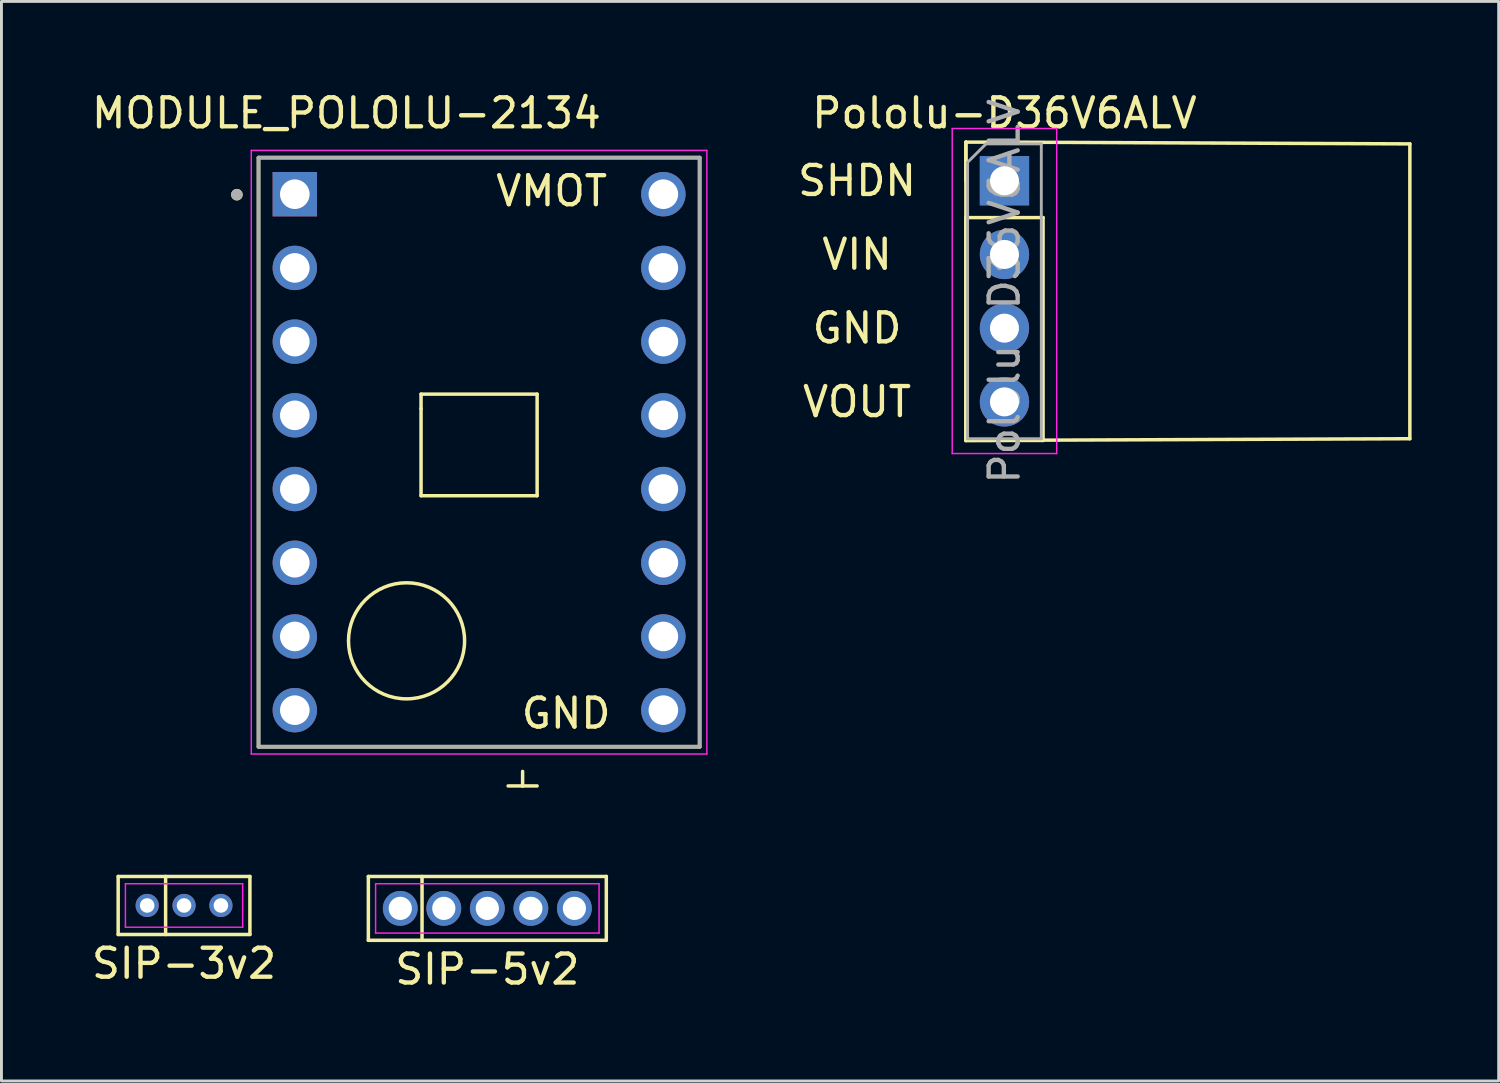
<source format=kicad_pcb>
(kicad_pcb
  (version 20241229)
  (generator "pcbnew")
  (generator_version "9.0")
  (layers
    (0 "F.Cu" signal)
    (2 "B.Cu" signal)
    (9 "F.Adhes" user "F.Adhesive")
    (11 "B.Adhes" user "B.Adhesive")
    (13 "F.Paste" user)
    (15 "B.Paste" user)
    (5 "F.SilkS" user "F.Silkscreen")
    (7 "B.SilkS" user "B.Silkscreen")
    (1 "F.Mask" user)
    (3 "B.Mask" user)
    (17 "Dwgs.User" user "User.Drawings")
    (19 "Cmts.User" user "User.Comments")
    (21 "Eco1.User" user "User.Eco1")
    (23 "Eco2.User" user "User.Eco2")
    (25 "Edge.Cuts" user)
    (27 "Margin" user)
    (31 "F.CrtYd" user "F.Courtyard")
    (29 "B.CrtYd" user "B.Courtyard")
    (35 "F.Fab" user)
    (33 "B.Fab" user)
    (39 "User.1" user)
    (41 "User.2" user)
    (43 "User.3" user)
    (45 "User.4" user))
  (footprint "MODULE_POLOLU-2134"
    (layer "F.Cu")
    (at 13.459 12.532)
    (property "Reference" "MODULE_POLOLU-2134" (at -4.572 -11.684 180) (layer "F.SilkS") (effects (font (size 1 1) (thickness 0.15))))
    (attr through_hole)
    (fp_line (start -7.6 -10.15) (end 7.6 -10.15) (stroke (width 0.127) (type solid)) (layer "F.SilkS"))
    (fp_line (start -7.6 10.15) (end -7.6 -10.15) (stroke (width 0.127) (type solid)) (layer "F.SilkS"))
    (fp_line (start -2 -2) (end 2 -2) (stroke (width 0.12) (type solid)) (layer "F.SilkS"))
    (fp_line (start -2 -1.5) (end -2 -2) (stroke (width 0.12) (type solid)) (layer "F.SilkS"))
    (fp_line (start -2 1.5) (end -2 -1.5) (stroke (width 0.12) (type solid)) (layer "F.SilkS"))
    (fp_line (start 1 11.5) (end 1.5 11.5) (stroke (width 0.12) (type solid)) (layer "F.SilkS"))
    (fp_line (start 1.5 11) (end 1.5 11.5) (stroke (width 0.12) (type solid)) (layer "F.SilkS"))
    (fp_line (start 1.5 11.5) (end 2 11.5) (stroke (width 0.12) (type solid)) (layer "F.SilkS"))
    (fp_line (start 2 -2) (end 2 1.5) (stroke (width 0.12) (type solid)) (layer "F.SilkS"))
    (fp_line (start 2 1.5) (end -2 1.5) (stroke (width 0.12) (type solid)) (layer "F.SilkS"))
    (fp_line (start 7.6 -10.15) (end 7.6 10.15) (stroke (width 0.127) (type solid)) (layer "F.SilkS"))
    (fp_line (start 7.6 10.15) (end -7.6 10.15) (stroke (width 0.127) (type solid)) (layer "F.SilkS"))
    (fp_circle (center -8.346 -8.873) (end -8.246 -8.873) (stroke (width 0.2) (type solid)) (fill no) (layer "F.SilkS"))
    (fp_circle (center -2.5 6.5) (end -0.5 6.5) (stroke (width 0.12) (type solid)) (fill no) (layer "F.SilkS"))
    (fp_line (start -7.85 -10.4) (end 7.85 -10.4) (stroke (width 0.05) (type solid)) (layer "F.CrtYd"))
    (fp_line (start -7.85 10.4) (end -7.85 -10.4) (stroke (width 0.05) (type solid)) (layer "F.CrtYd"))
    (fp_line (start 7.85 -10.4) (end 7.85 10.4) (stroke (width 0.05) (type solid)) (layer "F.CrtYd"))
    (fp_line (start 7.85 10.4) (end -7.85 10.4) (stroke (width 0.05) (type solid)) (layer "F.CrtYd"))
    (fp_line (start -7.6 -10.15) (end 7.6 -10.15) (stroke (width 0.127) (type solid)) (layer "F.Fab"))
    (fp_line (start -7.6 10.15) (end -7.6 -10.15) (stroke (width 0.127) (type solid)) (layer "F.Fab"))
    (fp_line (start 7.6 -10.15) (end 7.6 10.15) (stroke (width 0.127) (type solid)) (layer "F.Fab"))
    (fp_line (start 7.6 10.15) (end -7.6 10.15) (stroke (width 0.127) (type solid)) (layer "F.Fab"))
    (fp_circle (center -8.346 -8.873) (end -8.246 -8.873) (stroke (width 0.2) (type solid)) (fill no) (layer "F.Fab"))
    (fp_text user "VMOT" (at 2.5 -9 180) (layer "F.SilkS") (effects (font (size 1 1) (thickness 0.15))))
    (fp_text user "GND" (at 3 9 180) (layer "F.SilkS") (effects (font (size 1 1) (thickness 0.15))))
    (pad "1" thru_hole rect (at -6.35 -8.89) (size 1.53 1.53) (drill 1.02) (layers "*.Cu" "*.Mask"))
    (pad "2" thru_hole circle (at -6.35 -6.35) (size 1.53 1.53) (drill 1.02) (layers "*.Cu" "*.Mask"))
    (pad "3" thru_hole circle (at -6.35 -3.81) (size 1.53 1.53) (drill 1.02) (layers "*.Cu" "*.Mask"))
    (pad "4" thru_hole circle (at -6.35 -1.27) (size 1.53 1.53) (drill 1.02) (layers "*.Cu" "*.Mask"))
    (pad "5" thru_hole circle (at -6.35 1.27) (size 1.53 1.53) (drill 1.02) (layers "*.Cu" "*.Mask"))
    (pad "6" thru_hole circle (at -6.35 3.81) (size 1.53 1.53) (drill 1.02) (layers "*.Cu" "*.Mask"))
    (pad "7" thru_hole circle (at -6.35 6.35) (size 1.53 1.53) (drill 1.02) (layers "*.Cu" "*.Mask"))
    (pad "8" thru_hole circle (at -6.35 8.89) (size 1.53 1.53) (drill 1.02) (layers "*.Cu" "*.Mask"))
    (pad "9" thru_hole circle (at 6.35 8.89) (size 1.53 1.53) (drill 1.02) (layers "*.Cu" "*.Mask"))
    (pad "10" thru_hole circle (at 6.35 6.35) (size 1.53 1.53) (drill 1.02) (layers "*.Cu" "*.Mask"))
    (pad "11" thru_hole circle (at 6.35 3.81) (size 1.53 1.53) (drill 1.02) (layers "*.Cu" "*.Mask"))
    (pad "12" thru_hole circle (at 6.35 1.27) (size 1.53 1.53) (drill 1.02) (layers "*.Cu" "*.Mask"))
    (pad "13" thru_hole circle (at 6.35 -1.27) (size 1.53 1.53) (drill 1.02) (layers "*.Cu" "*.Mask"))
    (pad "14" thru_hole circle (at 6.35 -3.81) (size 1.53 1.53) (drill 1.02) (layers "*.Cu" "*.Mask"))
    (pad "15" thru_hole circle (at 6.35 -6.35) (size 1.53 1.53) (drill 1.02) (layers "*.Cu" "*.Mask"))
    (pad "16" thru_hole circle (at 6.35 -8.89) (size 1.53 1.53) (drill 1.02) (layers "*.Cu" "*.Mask")))
  (footprint "Pololu-D36V6ALV"
    (layer "F.Cu")
    (at 31.563 3.178)
    (property "Reference" "Pololu-D36V6ALV" (at 0 -2.33 0) (layer "F.SilkS") (effects (font (size 1 1) (thickness 0.15))))
    (attr through_hole)
    (fp_line (start -1.33 -1.33) (end -1.33 8.95) (stroke (width 0.12) (type solid)) (layer "F.SilkS"))
    (fp_line (start -1.33 -1.33) (end 0 -1.33) (stroke (width 0.12) (type solid)) (layer "F.SilkS"))
    (fp_line (start -1.33 0) (end -1.33 -1.33) (stroke (width 0.12) (type solid)) (layer "F.SilkS"))
    (fp_line (start -1.33 1.27) (end -1.33 8.95) (stroke (width 0.12) (type solid)) (layer "F.SilkS"))
    (fp_line (start -1.33 1.27) (end 1.33 1.27) (stroke (width 0.12) (type solid)) (layer "F.SilkS"))
    (fp_line (start -1.33 8.95) (end 1.33 8.95) (stroke (width 0.12) (type solid)) (layer "F.SilkS"))
    (fp_line (start -1.33 8.95) (end 13.97 8.89) (stroke (width 0.12) (type solid)) (layer "F.SilkS"))
    (fp_line (start 1.33 1.27) (end 1.33 8.95) (stroke (width 0.12) (type solid)) (layer "F.SilkS"))
    (fp_line (start 13.97 -1.27) (end 0 -1.33) (stroke (width 0.12) (type solid)) (layer "F.SilkS"))
    (fp_line (start 13.97 8.89) (end 13.97 -1.27) (stroke (width 0.12) (type solid)) (layer "F.SilkS"))
    (fp_line (start -1.8 -1.8) (end -1.8 9.4) (stroke (width 0.05) (type solid)) (layer "F.CrtYd"))
    (fp_line (start -1.8 9.4) (end 1.8 9.4) (stroke (width 0.05) (type solid)) (layer "F.CrtYd"))
    (fp_line (start 1.8 -1.8) (end -1.8 -1.8) (stroke (width 0.05) (type solid)) (layer "F.CrtYd"))
    (fp_line (start 1.8 9.4) (end 1.8 -1.8) (stroke (width 0.05) (type solid)) (layer "F.CrtYd"))
    (fp_line (start -1.27 -0.635) (end -0.635 -1.27) (stroke (width 0.1) (type solid)) (layer "F.Fab"))
    (fp_line (start -1.27 8.89) (end -1.27 -0.635) (stroke (width 0.1) (type solid)) (layer "F.Fab"))
    (fp_line (start -0.635 -1.27) (end 1.27 -1.27) (stroke (width 0.1) (type solid)) (layer "F.Fab"))
    (fp_line (start 1.27 -1.27) (end 1.27 8.89) (stroke (width 0.1) (type solid)) (layer "F.Fab"))
    (fp_line (start 1.27 8.89) (end -1.27 8.89) (stroke (width 0.1) (type solid)) (layer "F.Fab"))
    (fp_text user "GND" (at -5.08 5.08 0) (layer "F.SilkS") (effects (font (size 1 1) (thickness 0.15))))
    (fp_text user "VIN" (at -5.08 2.54 0) (layer "F.SilkS") (effects (font (size 1 1) (thickness 0.15))))
    (fp_text user "SHDN" (at -5.08 0 0) (layer "F.SilkS") (effects (font (size 1 1) (thickness 0.15))))
    (fp_text user "VOUT" (at -5.08 7.62 0) (layer "F.SilkS") (effects (font (size 1 1) (thickness 0.15))))
    (fp_text user "${REFERENCE}" (at 0 3.81 90) (layer "F.Fab") (effects (font (size 1 1) (thickness 0.15))))
    (pad "1" thru_hole rect (at 0 0) (size 1.7 1.7) (drill 1) (layers "*.Cu" "*.Mask"))
    (pad "2" thru_hole oval (at 0 2.54) (size 1.7 1.7) (drill 1) (layers "*.Cu" "*.Mask"))
    (pad "3" thru_hole oval (at 0 5.08) (size 1.7 1.7) (drill 1) (layers "*.Cu" "*.Mask"))
    (pad "4" thru_hole oval (at 0 7.62) (size 1.7 1.7) (drill 1) (layers "*.Cu" "*.Mask")))
  (footprint "SIP-5v2"
    (layer "F.Cu")
    (at 13.743 28.252)
    (property "Reference" "SIP-5v2" (at 0 2.1 0) (layer "F.SilkS") (effects (font (size 1 1) (thickness 0.15))))
    (attr through_hole)
    (fp_line (start -4.1 -1.1) (end 4.1 -1.1) (stroke (width 0.12) (type solid)) (layer "F.SilkS"))
    (fp_line (start -4.1 1.1) (end -4.1 -1.1) (stroke (width 0.12) (type solid)) (layer "F.SilkS"))
    (fp_line (start -2.25 -1.1) (end -2.25 1.1) (stroke (width 0.12) (type solid)) (layer "F.SilkS"))
    (fp_line (start 4.1 -1.1) (end 4.1 1.1) (stroke (width 0.12) (type solid)) (layer "F.SilkS"))
    (fp_line (start 4.1 1.1) (end -4.1 1.1) (stroke (width 0.12) (type solid)) (layer "F.SilkS"))
    (fp_line (start -3.85 -0.85) (end 3.85 -0.85) (stroke (width 0.05) (type solid)) (layer "F.CrtYd"))
    (fp_line (start -3.85 0.85) (end -3.85 -0.85) (stroke (width 0.05) (type solid)) (layer "F.CrtYd"))
    (fp_line (start 3.85 -0.85) (end 3.85 0.85) (stroke (width 0.05) (type solid)) (layer "F.CrtYd"))
    (fp_line (start 3.85 0.85) (end -3.85 0.85) (stroke (width 0.05) (type solid)) (layer "F.CrtYd"))
    (pad "1" thru_hole circle (at -3 0) (size 1.2 1.2) (drill 0.8) (layers "*.Cu" "*.Mask"))
    (pad "2" thru_hole circle (at -1.5 0) (size 1.2 1.2) (drill 0.8) (layers "*.Cu" "*.Mask"))
    (pad "3" thru_hole circle (at 0 0) (size 1.2 1.2) (drill 0.8) (layers "*.Cu" "*.Mask"))
    (pad "4" thru_hole circle (at 1.5 0) (size 1.2 1.2) (drill 0.8) (layers "*.Cu" "*.Mask"))
    (pad "5" thru_hole circle (at 3 0) (size 1.2 1.2) (drill 0.8) (layers "*.Cu" "*.Mask")))
  (footprint "SIP-3v2"
    (layer "F.Cu")
    (at 3.292 28.152)
    (property "Reference" "SIP-3v2" (at 0 2 0) (layer "F.SilkS") (effects (font (size 1 1) (thickness 0.15))))
    (attr through_hole)
    (fp_line (start -2.27 -1) (end 2.27 -1) (stroke (width 0.12) (type solid)) (layer "F.SilkS"))
    (fp_line (start -2.27 1) (end -2.27 -1) (stroke (width 0.12) (type solid)) (layer "F.SilkS"))
    (fp_line (start -0.635 -1) (end -0.635 1) (stroke (width 0.12) (type solid)) (layer "F.SilkS"))
    (fp_line (start 2.27 -1) (end 2.27 1) (stroke (width 0.12) (type solid)) (layer "F.SilkS"))
    (fp_line (start 2.27 1) (end -2.27 1) (stroke (width 0.12) (type solid)) (layer "F.SilkS"))
    (fp_line (start -2.02 -0.75) (end 2.02 -0.75) (stroke (width 0.05) (type solid)) (layer "F.CrtYd"))
    (fp_line (start -2.02 0.75) (end -2.02 -0.75) (stroke (width 0.05) (type solid)) (layer "F.CrtYd"))
    (fp_line (start 2.02 -0.75) (end 2.02 0.75) (stroke (width 0.05) (type solid)) (layer "F.CrtYd"))
    (fp_line (start 2.02 0.75) (end -2.02 0.75) (stroke (width 0.05) (type solid)) (layer "F.CrtYd"))
    (pad "1" thru_hole circle (at -1.27 0) (size 0.8 0.8) (drill 0.5) (layers "*.Cu" "*.Mask"))
    (pad "2" thru_hole circle (at 0 0) (size 0.8 0.8) (drill 0.5) (layers "*.Cu" "*.Mask"))
    (pad "3" thru_hole circle (at 1.27 0) (size 0.8 0.8) (drill 0.5) (layers "*.Cu" "*.Mask")))
  (gr_rect
    (start -3 -3)
    (end 48.593 34.2)
    (stroke (width 0.1) (type default))
    (fill no)
    (layer "Edge.Cuts")))
</source>
